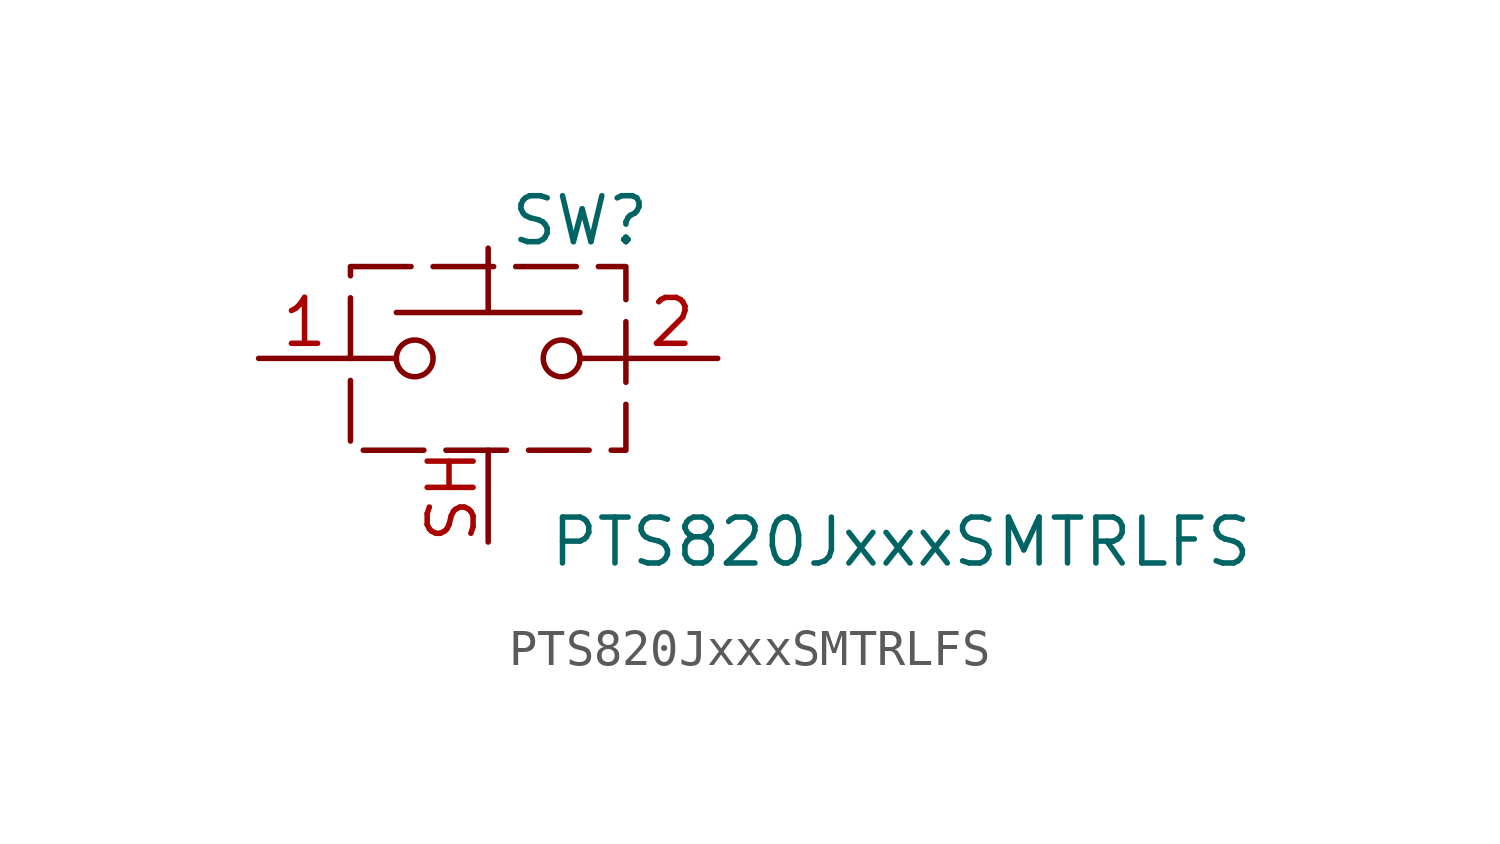
<source format=kicad_sym>
(kicad_symbol_lib
  (version 20220914)
  (generator kicad_symbol_editor)
  (symbol "PTS820JxxxSMTRLFS"
    (pin_names hide)
    (property "Reference" "SW"
      (at 2.54 3.81 0)
      (effects (font (size 1.27 1.27))))
    (property "Value" "PTS820JxxxSMTRLFS"
      (at 11.43 -5.08 0)
      (effects (font (size 1.27 1.27))))
    (symbol "PTS820JxxxSMTRLFS_0_1"
      (circle (center -2.032 0) (radius 0.508) (stroke (width 0) (type default)) (fill (type none)))
      (polyline (pts (xy 0 1.27) (xy 0 3.048)) (stroke (width 0) (type default)) (fill (type none)))
      (polyline (pts (xy 2.54 1.27) (xy -2.54 1.27)) (stroke (width 0) (type default)) (fill (type none)))
      (circle (center 2.032 0) (radius 0.508) (stroke (width 0) (type default)) (fill (type none)))
      (pin passive line (at -6.35 0 0) (length 2.54) (name "1" (effects (font (size 1.27 1.27)))) (number "1" (effects (font (size 1.27 1.27)))))
      (pin passive line (at 6.35 0 180) (length 2.54) (name "2" (effects (font (size 1.27 1.27)))) (number "2" (effects (font (size 1.27 1.27))))))
    (symbol "PTS820JxxxSMTRLFS_1_1"
      (rectangle (start -3.81 2.54) (end 3.81 -2.54) (stroke (width 0) (type dash)) (fill (type none)))
      (polyline (pts (xy -2.54 0) (xy -3.81 0)) (stroke (width 0) (type default)) (fill (type none)))
      (polyline (pts (xy 2.54 0) (xy 3.81 0)) (stroke (width 0) (type default)) (fill (type none)))
      (pin passive line (at 0 -5.08 90) (length 2.54) (name "SH" (effects (font (size 1.27 1.27)))) (number "SH" (effects (font (size 1.27 1.27))))))))
</source>
